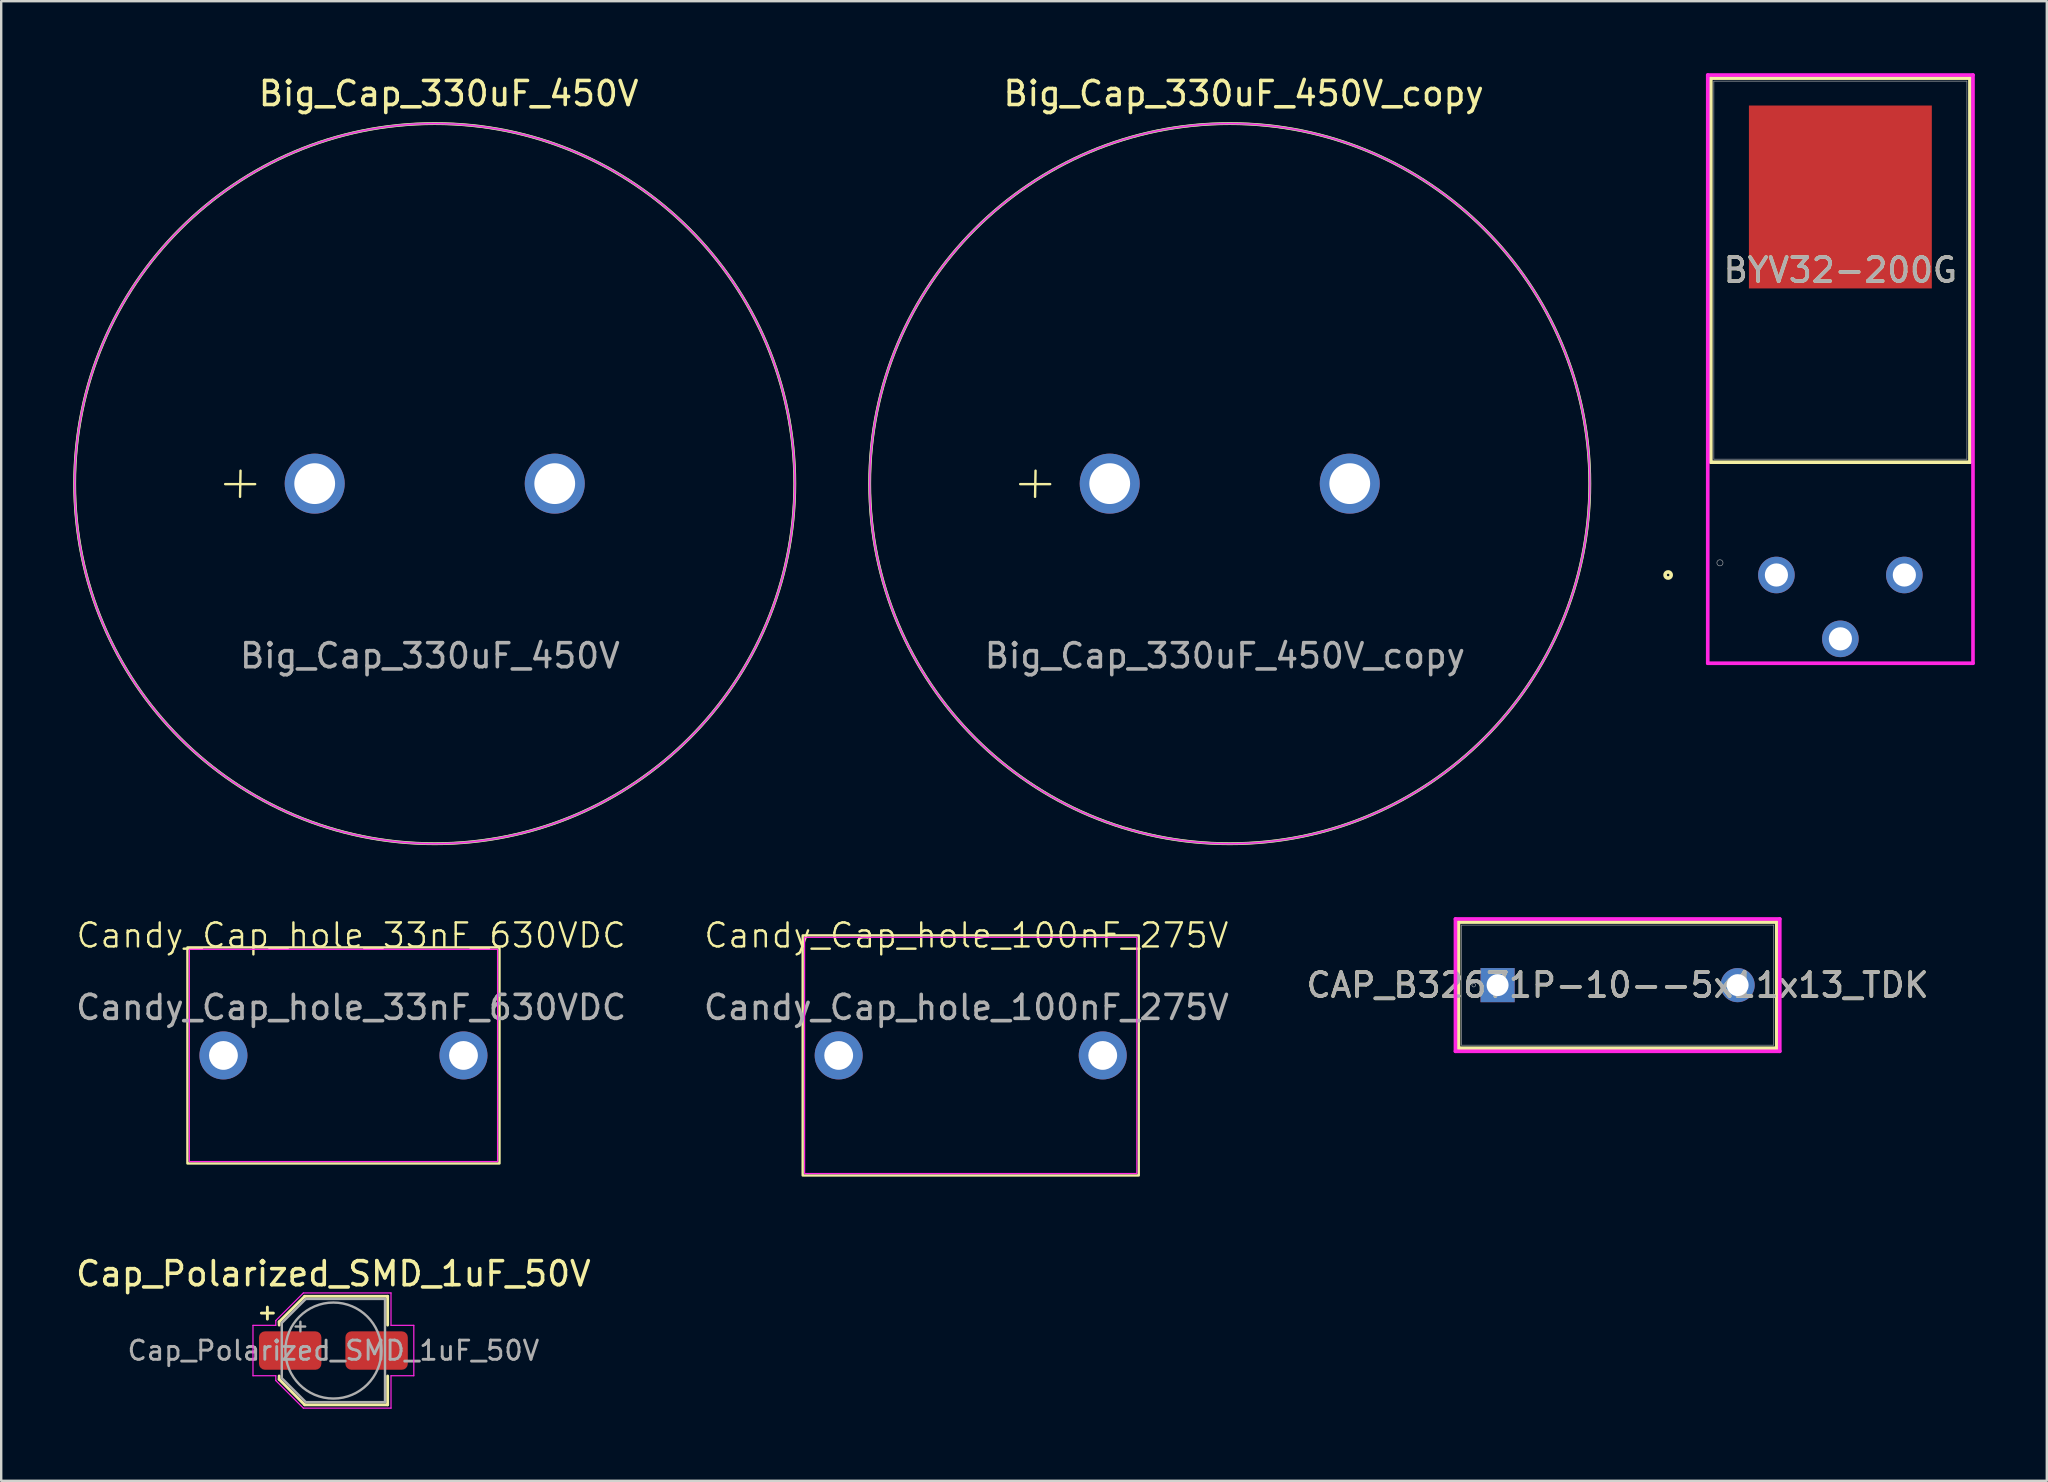
<source format=kicad_pcb>
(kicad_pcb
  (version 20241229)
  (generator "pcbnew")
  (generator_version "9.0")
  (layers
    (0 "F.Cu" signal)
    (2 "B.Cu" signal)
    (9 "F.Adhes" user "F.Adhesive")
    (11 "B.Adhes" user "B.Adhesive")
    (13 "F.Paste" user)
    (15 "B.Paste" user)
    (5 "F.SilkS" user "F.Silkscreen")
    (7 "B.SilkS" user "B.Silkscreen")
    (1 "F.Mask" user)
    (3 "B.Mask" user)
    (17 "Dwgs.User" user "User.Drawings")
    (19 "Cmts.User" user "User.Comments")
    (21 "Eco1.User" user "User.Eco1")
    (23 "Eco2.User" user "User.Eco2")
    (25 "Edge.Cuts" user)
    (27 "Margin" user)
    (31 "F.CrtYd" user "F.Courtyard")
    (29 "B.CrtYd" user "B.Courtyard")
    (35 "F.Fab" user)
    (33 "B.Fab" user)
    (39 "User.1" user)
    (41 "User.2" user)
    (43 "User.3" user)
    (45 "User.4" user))
  (footprint "CAP_B32671P-10--5x11x13_TDK"
    (layer "F.Cu")
    (at 59.339 37.99)
    (property "Reference" "CAP_B32671P-10--5x11x13_TDK" (at 5 0 0) (unlocked yes) (layer "F.SilkS") (effects (font (size 1 1) (thickness 0.15))))
    (attr through_hole)
    (fp_line (start -1.629 -2.629) (end -1.629 2.629) (stroke (width 0.152) (type solid)) (layer "F.SilkS"))
    (fp_line (start 11.629 -2.629) (end -1.629 -2.629) (stroke (width 0.152) (type solid)) (layer "F.SilkS"))
    (fp_line (start 11.629 -2.629) (end 11.629 2.629) (stroke (width 0.152) (type solid)) (layer "F.SilkS"))
    (fp_line (start 11.629 2.629) (end -1.629 2.629) (stroke (width 0.152) (type solid)) (layer "F.SilkS"))
    (fp_line (start -1.756 -2.756) (end 11.756 -2.756) (stroke (width 0.152) (type solid)) (layer "F.CrtYd"))
    (fp_line (start -1.756 2.756) (end -1.756 -2.756) (stroke (width 0.152) (type solid)) (layer "F.CrtYd"))
    (fp_line (start 11.756 -2.756) (end 11.756 2.756) (stroke (width 0.152) (type solid)) (layer "F.CrtYd"))
    (fp_line (start 11.756 2.756) (end -1.756 2.756) (stroke (width 0.152) (type solid)) (layer "F.CrtYd"))
    (fp_line (start -1.502 -2.502) (end -1.502 2.502) (stroke (width 0.025) (type solid)) (layer "F.Fab"))
    (fp_line (start 11.502 -2.502) (end -1.502 -2.502) (stroke (width 0.025) (type solid)) (layer "F.Fab"))
    (fp_line (start 11.502 -2.502) (end 11.502 2.502) (stroke (width 0.025) (type solid)) (layer "F.Fab"))
    (fp_line (start 11.502 2.502) (end -1.502 2.502) (stroke (width 0.025) (type solid)) (layer "F.Fab"))
    (fp_circle (center -0.994 0) (end -0.918 0) (stroke (width 0.025) (type solid)) (fill no) (layer "F.Fab"))
    (fp_text user "${REFERENCE}" (at 5 0 0) (unlocked yes) (layer "F.Fab") (effects (font (size 1 1) (thickness 0.15))))
    (pad "1" thru_hole rect (at 0 0) (size 1.422 1.422) (drill 0.914) (layers "*.Cu" "*.Mask"))
    (pad "2" thru_hole circle (at 10 0) (size 1.422 1.422) (drill 0.914) (layers "*.Cu" "*.Mask")))
  (footprint "Big_Cap_330uF_450V"
    (layer "F.Cu")
    (at 15.06 17.098)
    (property "Reference" "Big_Cap_330uF_450V" (at 0.58 -16.25 0) (layer "F.SilkS") (effects (font (size 1 1) (thickness 0.15))))
    (attr through_hole)
    (fp_line (start -8.73 0.02) (end -7.48 0.02) (stroke (width 0.1) (type default)) (layer "F.SilkS"))
    (fp_line (start -8.09 -0.54) (end -8.11 0.55) (stroke (width 0.1) (type default)) (layer "F.SilkS"))
    (fp_circle (center 0 0) (end 15 0) (stroke (width 0.12) (type solid)) (fill no) (layer "F.SilkS"))
    (fp_circle (center 0 0) (end 15 0) (stroke (width 0.05) (type solid)) (fill no) (layer "F.CrtYd"))
    (fp_circle (center 0 0) (end 15 0) (stroke (width 0.1) (type solid)) (fill no) (layer "F.Fab"))
    (fp_text user "${REFERENCE}" (at -0.2 7.17 0) (layer "F.Fab") (effects (font (size 1 1) (thickness 0.15))))
    (pad "1" thru_hole circle (at -5 0) (size 2.5 2.5) (drill 1.7) (layers "*.Cu" "*.Mask"))
    (pad "2" thru_hole circle (at 5 0) (size 2.5 2.5) (drill 1.7) (layers "*.Cu" "*.Mask")))
  (footprint "Candy_Cap_hole_100nF_275V"
    (layer "F.Cu")
    (at 30.415 45.915)
    (property "Reference" "Candy_Cap_hole_100nF_275V" (at 6.794 -9.996 0) (unlocked yes) (layer "F.SilkS") (effects (font (size 1 1) (thickness 0.1))))
    (attr through_hole)
    (fp_rect (start -0.026 -9.996) (end 13.974 0.004) (stroke (width 0.1) (type default)) (fill no) (layer "F.SilkS"))
    (fp_rect (start 0.054 -9.916) (end 13.894 -0.076) (stroke (width 0.05) (type default)) (fill no) (layer "F.CrtYd"))
    (fp_text user "${REFERENCE}" (at 6.794 -6.996 0) (unlocked yes) (layer "F.Fab") (effects (font (size 1 1) (thickness 0.15))))
    (pad "1" thru_hole circle (at 1.474 -4.996) (size 2 2) (drill 1.2) (layers "*.Cu" "*.Mask"))
    (pad "2" thru_hole circle (at 12.474 -4.996) (size 2 2) (drill 1.2) (layers "*.Cu" "*.Mask")))
  (footprint "Candy_Cap_hole_33nF_630VDC"
    (layer "F.Cu")
    (at 4.81 45.389)
    (property "Reference" "Candy_Cap_hole_33nF_630VDC" (at 6.768 -9.47 0) (unlocked yes) (layer "F.SilkS") (effects (font (size 1 1) (thickness 0.1))))
    (attr through_hole)
    (fp_rect (start -0.052 -8.97) (end 12.948 0.03) (stroke (width 0.1) (type default)) (fill no) (layer "F.SilkS"))
    (fp_rect (start 0.028 -8.89) (end 12.868 -0.05) (stroke (width 0.05) (type default)) (fill no) (layer "F.CrtYd"))
    (fp_text user "${REFERENCE}" (at 6.768 -6.47 0) (unlocked yes) (layer "F.Fab") (effects (font (size 1 1) (thickness 0.15))))
    (pad "1" thru_hole circle (at 1.448 -4.47) (size 2 2) (drill 1.2) (layers "*.Cu" "*.Mask"))
    (pad "2" thru_hole circle (at 11.448 -4.47) (size 2 2) (drill 1.2) (layers "*.Cu" "*.Mask")))
  (footprint "Cap_Polarized_SMD_1uF_50V"
    (layer "F.Cu")
    (at 10.839 53.213)
    (property "Reference" "Cap_Polarized_SMD_1uF_50V" (at 0 -3.2 0) (layer "F.SilkS") (effects (font (size 1 1) (thickness 0.15))))
    (attr smd)
    (fp_line (start -3 -1.56) (end -2.5 -1.56) (stroke (width 0.12) (type solid)) (layer "F.SilkS"))
    (fp_line (start -2.75 -1.81) (end -2.75 -1.31) (stroke (width 0.12) (type solid)) (layer "F.SilkS"))
    (fp_line (start -2.26 -1.196) (end -2.26 -1.06) (stroke (width 0.12) (type solid)) (layer "F.SilkS"))
    (fp_line (start -2.26 -1.196) (end -1.196 -2.26) (stroke (width 0.12) (type solid)) (layer "F.SilkS"))
    (fp_line (start -2.26 1.196) (end -2.26 1.06) (stroke (width 0.12) (type solid)) (layer "F.SilkS"))
    (fp_line (start -2.26 1.196) (end -1.196 2.26) (stroke (width 0.12) (type solid)) (layer "F.SilkS"))
    (fp_line (start -1.196 -2.26) (end 2.26 -2.26) (stroke (width 0.12) (type solid)) (layer "F.SilkS"))
    (fp_line (start -1.196 2.26) (end 2.26 2.26) (stroke (width 0.12) (type solid)) (layer "F.SilkS"))
    (fp_line (start 2.26 -2.26) (end 2.26 -1.06) (stroke (width 0.12) (type solid)) (layer "F.SilkS"))
    (fp_line (start 2.26 2.26) (end 2.26 1.06) (stroke (width 0.12) (type solid)) (layer "F.SilkS"))
    (fp_line (start -3.35 -1.05) (end -3.35 1.05) (stroke (width 0.05) (type solid)) (layer "F.CrtYd"))
    (fp_line (start -3.35 1.05) (end -2.4 1.05) (stroke (width 0.05) (type solid)) (layer "F.CrtYd"))
    (fp_line (start -2.4 -1.25) (end -2.4 -1.05) (stroke (width 0.05) (type solid)) (layer "F.CrtYd"))
    (fp_line (start -2.4 -1.25) (end -1.25 -2.4) (stroke (width 0.05) (type solid)) (layer "F.CrtYd"))
    (fp_line (start -2.4 -1.05) (end -3.35 -1.05) (stroke (width 0.05) (type solid)) (layer "F.CrtYd"))
    (fp_line (start -2.4 1.05) (end -2.4 1.25) (stroke (width 0.05) (type solid)) (layer "F.CrtYd"))
    (fp_line (start -2.4 1.25) (end -1.25 2.4) (stroke (width 0.05) (type solid)) (layer "F.CrtYd"))
    (fp_line (start -1.25 -2.4) (end 2.4 -2.4) (stroke (width 0.05) (type solid)) (layer "F.CrtYd"))
    (fp_line (start -1.25 2.4) (end 2.4 2.4) (stroke (width 0.05) (type solid)) (layer "F.CrtYd"))
    (fp_line (start 2.4 -2.4) (end 2.4 -1.05) (stroke (width 0.05) (type solid)) (layer "F.CrtYd"))
    (fp_line (start 2.4 -1.05) (end 3.35 -1.05) (stroke (width 0.05) (type solid)) (layer "F.CrtYd"))
    (fp_line (start 2.4 1.05) (end 2.4 2.4) (stroke (width 0.05) (type solid)) (layer "F.CrtYd"))
    (fp_line (start 3.35 -1.05) (end 3.35 1.05) (stroke (width 0.05) (type solid)) (layer "F.CrtYd"))
    (fp_line (start 3.35 1.05) (end 2.4 1.05) (stroke (width 0.05) (type solid)) (layer "F.CrtYd"))
    (fp_line (start -2.15 -1.15) (end -2.15 1.15) (stroke (width 0.1) (type solid)) (layer "F.Fab"))
    (fp_line (start -2.15 -1.15) (end -1.15 -2.15) (stroke (width 0.1) (type solid)) (layer "F.Fab"))
    (fp_line (start -2.15 1.15) (end -1.15 2.15) (stroke (width 0.1) (type solid)) (layer "F.Fab"))
    (fp_line (start -1.575 -1) (end -1.175 -1) (stroke (width 0.1) (type solid)) (layer "F.Fab"))
    (fp_line (start -1.375 -1.2) (end -1.375 -0.8) (stroke (width 0.1) (type solid)) (layer "F.Fab"))
    (fp_line (start -1.15 -2.15) (end 2.15 -2.15) (stroke (width 0.1) (type solid)) (layer "F.Fab"))
    (fp_line (start -1.15 2.15) (end 2.15 2.15) (stroke (width 0.1) (type solid)) (layer "F.Fab"))
    (fp_line (start 2.15 -2.15) (end 2.15 2.15) (stroke (width 0.1) (type solid)) (layer "F.Fab"))
    (fp_circle (center 0 0) (end 2 0) (stroke (width 0.1) (type solid)) (fill no) (layer "F.Fab"))
    (fp_text user "${REFERENCE}" (at 0 0 0) (layer "F.Fab") (effects (font (size 0.8 0.8) (thickness 0.12))))
    (pad "1" smd roundrect (at -1.8 0) (size 2.6 1.6) (layers "F.Cu" "F.Mask" "F.Paste") (roundrect_rratio 0.156))
    (pad "2" smd roundrect (at 1.8 0) (size 2.6 1.6) (layers "F.Cu" "F.Mask" "F.Paste") (roundrect_rratio 0.156)))
  (footprint "Big_Cap_330uF_450V_copy"
    (layer "F.Cu")
    (at 48.18 17.098)
    (property "Reference" "Big_Cap_330uF_450V_copy" (at 0.58 -16.25 0) (layer "F.SilkS") (effects (font (size 1 1) (thickness 0.15))))
    (attr through_hole)
    (fp_line (start -8.73 0.02) (end -7.48 0.02) (stroke (width 0.1) (type default)) (layer "F.SilkS"))
    (fp_line (start -8.09 -0.54) (end -8.11 0.55) (stroke (width 0.1) (type default)) (layer "F.SilkS"))
    (fp_circle (center 0 0) (end 15 0) (stroke (width 0.12) (type solid)) (fill no) (layer "F.SilkS"))
    (fp_circle (center 0 0) (end 15 0) (stroke (width 0.05) (type solid)) (fill no) (layer "F.CrtYd"))
    (fp_circle (center 0 0) (end 15 0) (stroke (width 0.1) (type solid)) (fill no) (layer "F.Fab"))
    (fp_text user "${REFERENCE}" (at -0.2 7.17 0) (layer "F.Fab") (effects (font (size 1 1) (thickness 0.15))))
    (pad "1" thru_hole circle (at -5 0) (size 2.5 2.5) (drill 1.7) (layers "*.Cu" "*.Mask"))
    (pad "2" thru_hole circle (at 5 0) (size 2.5 2.5) (drill 1.7) (layers "*.Cu" "*.Mask")))
  (footprint "BYV32-200G"
    (layer "F.Cu")
    (at 70.954 20.904)
    (property "Reference" "BYV32-200G" (at 2.665 -12.7 0) (unlocked yes) (layer "F.SilkS") (effects (font (size 1 1) (thickness 0.15))))
    (attr through_hole)
    (fp_line (start -2.732 -20.701) (end -2.732 -4.699) (stroke (width 0.152) (type solid)) (layer "F.SilkS"))
    (fp_line (start -2.732 -4.699) (end 8.062 -4.699) (stroke (width 0.152) (type solid)) (layer "F.SilkS"))
    (fp_line (start 8.062 -20.701) (end -2.732 -20.701) (stroke (width 0.152) (type solid)) (layer "F.SilkS"))
    (fp_line (start 8.062 -4.699) (end 8.062 -20.701) (stroke (width 0.152) (type solid)) (layer "F.SilkS"))
    (fp_circle (center -4.511 0) (end -4.383 0) (stroke (width 0.152) (type solid)) (fill no) (layer "F.SilkS"))
    (fp_line (start -2.86 -20.828) (end -2.86 3.676) (stroke (width 0.152) (type solid)) (layer "F.CrtYd"))
    (fp_line (start -2.86 3.676) (end 8.19 3.676) (stroke (width 0.152) (type solid)) (layer "F.CrtYd"))
    (fp_line (start 8.19 -20.828) (end -2.86 -20.828) (stroke (width 0.152) (type solid)) (layer "F.CrtYd"))
    (fp_line (start 8.19 3.676) (end 8.19 -20.828) (stroke (width 0.152) (type solid)) (layer "F.CrtYd"))
    (fp_line (start -2.606 -20.574) (end -2.606 -4.826) (stroke (width 0.025) (type solid)) (layer "F.Fab"))
    (fp_line (start -2.606 -4.826) (end 7.936 -4.826) (stroke (width 0.025) (type solid)) (layer "F.Fab"))
    (fp_line (start 7.936 -20.574) (end -2.606 -20.574) (stroke (width 0.025) (type solid)) (layer "F.Fab"))
    (fp_line (start 7.936 -4.826) (end 7.936 -20.574) (stroke (width 0.025) (type solid)) (layer "F.Fab"))
    (fp_circle (center -2.352 -0.508) (end -2.224 -0.508) (stroke (width 0.025) (type solid)) (fill no) (layer "F.Fab"))
    (fp_text user "${REFERENCE}" (at 2.665 -12.7 0) (unlocked yes) (layer "F.Fab") (effects (font (size 1 1) (thickness 0.15))))
    (pad "1" thru_hole circle (at 0 0) (size 1.524 1.524) (drill 0.965) (layers "*.Cu" "*.Mask"))
    (pad "2" thru_hole circle (at 2.665 2.66) (size 1.524 1.524) (drill 0.965) (layers "*.Cu" "*.Mask"))
    (pad "3" thru_hole circle (at 5.33 0) (size 1.524 1.524) (drill 0.965) (layers "*.Cu" "*.Mask"))
    (pad "4" smd rect (at 2.665 -15.748) (size 7.62 7.62) (layers "F.Cu" "F.Mask" "F.Paste")))
  (gr_rect
    (start -3 -3)
    (end 82.219 58.638)
    (stroke (width 0.1) (type default))
    (fill no)
    (layer "Edge.Cuts")))
</source>
